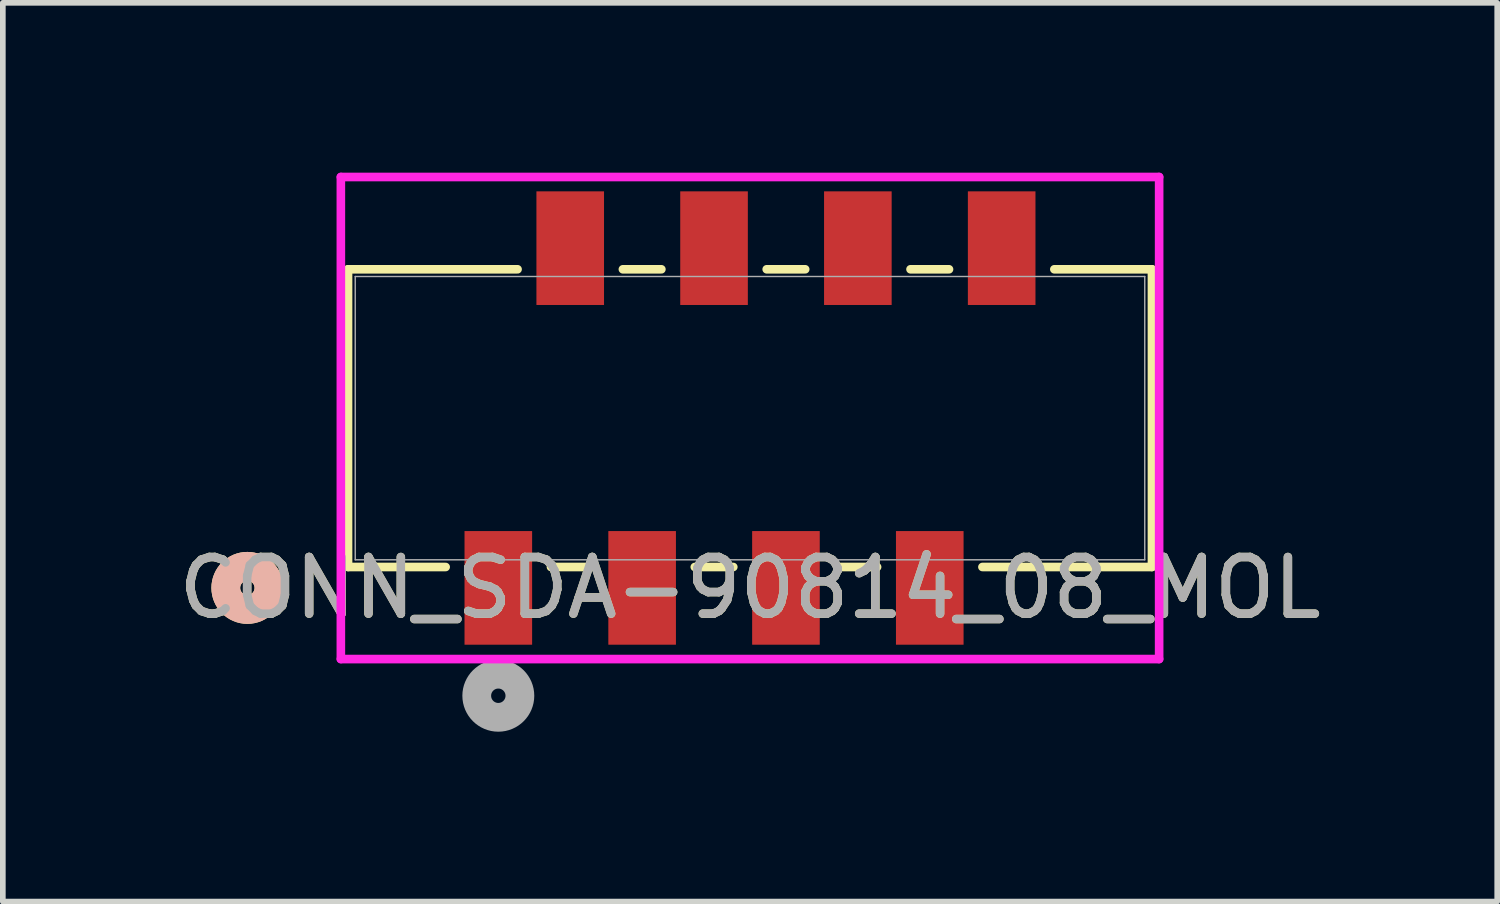
<source format=kicad_pcb>
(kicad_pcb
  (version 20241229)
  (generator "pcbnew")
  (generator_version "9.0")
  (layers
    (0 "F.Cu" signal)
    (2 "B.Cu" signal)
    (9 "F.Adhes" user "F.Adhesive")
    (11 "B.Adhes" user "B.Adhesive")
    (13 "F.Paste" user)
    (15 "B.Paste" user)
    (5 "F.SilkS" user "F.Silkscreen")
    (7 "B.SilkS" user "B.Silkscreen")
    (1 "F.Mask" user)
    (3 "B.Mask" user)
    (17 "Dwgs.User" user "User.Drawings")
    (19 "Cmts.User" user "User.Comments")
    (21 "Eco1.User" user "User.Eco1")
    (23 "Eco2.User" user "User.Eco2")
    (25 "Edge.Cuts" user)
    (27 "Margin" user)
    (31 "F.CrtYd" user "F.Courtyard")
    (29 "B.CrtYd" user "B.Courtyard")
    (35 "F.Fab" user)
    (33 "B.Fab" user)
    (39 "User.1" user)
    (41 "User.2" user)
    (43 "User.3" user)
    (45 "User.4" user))
  (footprint "CONN_SDA-90814_08_MOL"
    (layer "F.Cu")
    (at 10.196 4.335)
    (property "Reference" "CONN_SDA-90814_08_MOL" (at 0 2.998 0) (unlocked yes) (layer "F.SilkS") (effects (font (size 1 1) (thickness 0.15))))
    (attr smd)
    (fp_line (start -7.099 -2.629) (end -7.099 2.629) (stroke (width 0.152) (type solid)) (layer "F.SilkS"))
    (fp_line (start -7.099 2.629) (end -5.375 2.629) (stroke (width 0.152) (type solid)) (layer "F.SilkS"))
    (fp_line (start -4.105 -2.629) (end -7.099 -2.629) (stroke (width 0.152) (type solid)) (layer "F.SilkS"))
    (fp_line (start -3.515 2.629) (end -2.835 2.629) (stroke (width 0.152) (type solid)) (layer "F.SilkS"))
    (fp_line (start -1.565 -2.629) (end -2.245 -2.629) (stroke (width 0.152) (type solid)) (layer "F.SilkS"))
    (fp_line (start -0.975 2.629) (end -0.295 2.629) (stroke (width 0.152) (type solid)) (layer "F.SilkS"))
    (fp_line (start 0.975 -2.629) (end 0.295 -2.629) (stroke (width 0.152) (type solid)) (layer "F.SilkS"))
    (fp_line (start 1.565 2.629) (end 2.245 2.629) (stroke (width 0.152) (type solid)) (layer "F.SilkS"))
    (fp_line (start 3.515 -2.629) (end 2.835 -2.629) (stroke (width 0.152) (type solid)) (layer "F.SilkS"))
    (fp_line (start 4.105 2.629) (end 7.099 2.629) (stroke (width 0.152) (type solid)) (layer "F.SilkS"))
    (fp_line (start 7.099 -2.629) (end 5.375 -2.629) (stroke (width 0.152) (type solid)) (layer "F.SilkS"))
    (fp_line (start 7.099 2.629) (end 7.099 -2.629) (stroke (width 0.152) (type solid)) (layer "F.SilkS"))
    (fp_circle (center -8.877 2.998) (end -8.496 2.998) (stroke (width 0.508) (type solid)) (fill no) (layer "F.SilkS"))
    (fp_circle (center -8.877 2.998) (end -8.496 2.998) (stroke (width 0.508) (type solid)) (fill no) (layer "B.SilkS"))
    (fp_line (start -7.226 -4.259) (end -7.226 4.255) (stroke (width 0.152) (type solid)) (layer "F.CrtYd"))
    (fp_line (start -7.226 4.255) (end 7.226 4.255) (stroke (width 0.152) (type solid)) (layer "F.CrtYd"))
    (fp_line (start 7.226 -4.259) (end -7.226 -4.259) (stroke (width 0.152) (type solid)) (layer "F.CrtYd"))
    (fp_line (start 7.226 4.255) (end 7.226 -4.259) (stroke (width 0.152) (type solid)) (layer "F.CrtYd"))
    (fp_line (start -6.972 -2.502) (end -6.972 2.502) (stroke (width 0.025) (type solid)) (layer "F.Fab"))
    (fp_line (start -6.972 2.502) (end 6.972 2.502) (stroke (width 0.025) (type solid)) (layer "F.Fab"))
    (fp_line (start 6.972 -2.502) (end -6.972 -2.502) (stroke (width 0.025) (type solid)) (layer "F.Fab"))
    (fp_line (start 6.972 2.502) (end 6.972 -2.502) (stroke (width 0.025) (type solid)) (layer "F.Fab"))
    (fp_circle (center -4.445 4.903) (end -4.064 4.903) (stroke (width 0.508) (type solid)) (fill no) (layer "F.Fab"))
    (fp_text user "${REFERENCE}" (at 0 2.998 0) (unlocked yes) (layer "F.Fab") (effects (font (size 1 1) (thickness 0.15))))
    (pad "1" smd rect (at -4.445 2.998) (size 1.194 2.007) (layers "F.Cu" "F.Mask" "F.Paste"))
    (pad "2" smd rect (at -3.175 -3.002) (size 1.194 2.007) (layers "F.Cu" "F.Mask" "F.Paste"))
    (pad "3" smd rect (at -1.905 2.998) (size 1.194 2.007) (layers "F.Cu" "F.Mask" "F.Paste"))
    (pad "4" smd rect (at -0.635 -3.002) (size 1.194 2.007) (layers "F.Cu" "F.Mask" "F.Paste"))
    (pad "5" smd rect (at 0.635 2.998) (size 1.194 2.007) (layers "F.Cu" "F.Mask" "F.Paste"))
    (pad "6" smd rect (at 1.905 -3.002) (size 1.194 2.007) (layers "F.Cu" "F.Mask" "F.Paste"))
    (pad "7" smd rect (at 3.175 2.998) (size 1.194 2.007) (layers "F.Cu" "F.Mask" "F.Paste"))
    (pad "8" smd rect (at 4.445 -3.002) (size 1.194 2.007) (layers "F.Cu" "F.Mask" "F.Paste")))
  (gr_rect
    (start -3 -3)
    (end 23.393 12.873)
    (stroke (width 0.1) (type default))
    (fill no)
    (layer "Edge.Cuts")))
</source>
